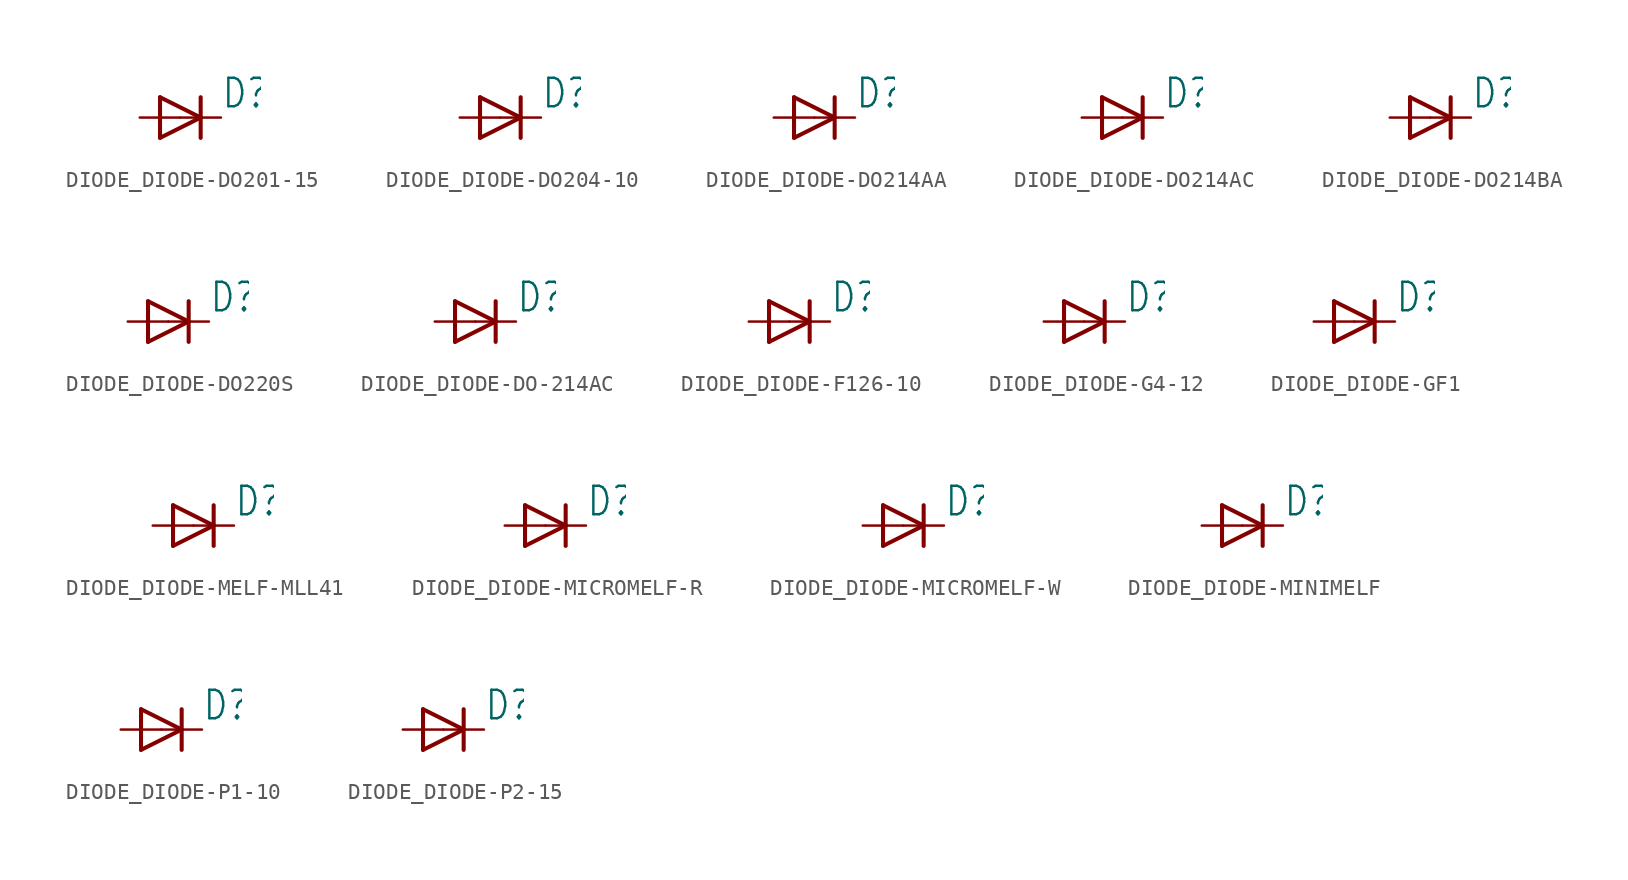
<source format=kicad_sym>
(kicad_symbol_lib
  (version 20231120)
  (generator "kicad_symbol_editor")
  (generator_version "8.0")
  (symbol "DIODE_DIODE-DO201-15"
    (property "Reference" "D"
      (at 2.54 0.483 0)
      (effects (font (size 1.778 1.511)) (justify left bottom)))
    (property "Value" ""
      (at 2.54 -2.311 0)
      (effects (font (size 1.778 1.511)) (justify left bottom)))
    (property "ki_locked" ""
      (at 0 0 0)
      (effects (font (size 1.27 1.27))))
    (symbol "DIODE_DIODE-DO201-15_1_0"
      (polyline (pts (xy -1.27 -1.27) (xy 1.27 0)) (stroke (width 0.254) (type solid)) (fill (type none)))
      (polyline (pts (xy -1.27 1.27) (xy -1.27 -1.27)) (stroke (width 0.254) (type solid)) (fill (type none)))
      (polyline (pts (xy 1.27 0) (xy -1.27 1.27)) (stroke (width 0.254) (type solid)) (fill (type none)))
      (polyline (pts (xy 1.27 0) (xy 1.27 -1.27)) (stroke (width 0.254) (type solid)) (fill (type none)))
      (polyline (pts (xy 1.27 1.27) (xy 1.27 0)) (stroke (width 0.254) (type solid)) (fill (type none)))
      (pin passive line (at -2.54 0 0) (length 2.54) (name "A" (effects (font (size 0 0)))) (number "A" (effects (font (size 0 0)))))
      (pin passive line (at 2.54 0 180) (length 2.54) (name "C" (effects (font (size 0 0)))) (number "C" (effects (font (size 0 0)))))))
  (symbol "DIODE_DIODE-DO204-10"
    (property "Reference" "D"
      (at 2.54 0.483 0)
      (effects (font (size 1.778 1.511)) (justify left bottom)))
    (property "Value" ""
      (at 2.54 -2.311 0)
      (effects (font (size 1.778 1.511)) (justify left bottom)))
    (property "ki_locked" ""
      (at 0 0 0)
      (effects (font (size 1.27 1.27))))
    (symbol "DIODE_DIODE-DO204-10_1_0"
      (polyline (pts (xy -1.27 -1.27) (xy 1.27 0)) (stroke (width 0.254) (type solid)) (fill (type none)))
      (polyline (pts (xy -1.27 1.27) (xy -1.27 -1.27)) (stroke (width 0.254) (type solid)) (fill (type none)))
      (polyline (pts (xy 1.27 0) (xy -1.27 1.27)) (stroke (width 0.254) (type solid)) (fill (type none)))
      (polyline (pts (xy 1.27 0) (xy 1.27 -1.27)) (stroke (width 0.254) (type solid)) (fill (type none)))
      (polyline (pts (xy 1.27 1.27) (xy 1.27 0)) (stroke (width 0.254) (type solid)) (fill (type none)))
      (pin passive line (at -2.54 0 0) (length 2.54) (name "A" (effects (font (size 0 0)))) (number "A" (effects (font (size 0 0)))))
      (pin passive line (at 2.54 0 180) (length 2.54) (name "C" (effects (font (size 0 0)))) (number "C" (effects (font (size 0 0)))))))
  (symbol "DIODE_DIODE-DO214AA"
    (property "Reference" "D"
      (at 2.54 0.483 0)
      (effects (font (size 1.778 1.511)) (justify left bottom)))
    (property "Value" ""
      (at 2.54 -2.311 0)
      (effects (font (size 1.778 1.511)) (justify left bottom)))
    (property "ki_locked" ""
      (at 0 0 0)
      (effects (font (size 1.27 1.27))))
    (symbol "DIODE_DIODE-DO214AA_1_0"
      (polyline (pts (xy -1.27 -1.27) (xy 1.27 0)) (stroke (width 0.254) (type solid)) (fill (type none)))
      (polyline (pts (xy -1.27 1.27) (xy -1.27 -1.27)) (stroke (width 0.254) (type solid)) (fill (type none)))
      (polyline (pts (xy 1.27 0) (xy -1.27 1.27)) (stroke (width 0.254) (type solid)) (fill (type none)))
      (polyline (pts (xy 1.27 0) (xy 1.27 -1.27)) (stroke (width 0.254) (type solid)) (fill (type none)))
      (polyline (pts (xy 1.27 1.27) (xy 1.27 0)) (stroke (width 0.254) (type solid)) (fill (type none)))
      (pin passive line (at -2.54 0 0) (length 2.54) (name "A" (effects (font (size 0 0)))) (number "A" (effects (font (size 0 0)))))
      (pin passive line (at 2.54 0 180) (length 2.54) (name "C" (effects (font (size 0 0)))) (number "C" (effects (font (size 0 0)))))))
  (symbol "DIODE_DIODE-DO214AC"
    (property "Reference" "D"
      (at 2.54 0.483 0)
      (effects (font (size 1.778 1.511)) (justify left bottom)))
    (property "Value" ""
      (at 2.54 -2.311 0)
      (effects (font (size 1.778 1.511)) (justify left bottom)))
    (property "ki_locked" ""
      (at 0 0 0)
      (effects (font (size 1.27 1.27))))
    (symbol "DIODE_DIODE-DO214AC_1_0"
      (polyline (pts (xy -1.27 -1.27) (xy 1.27 0)) (stroke (width 0.254) (type solid)) (fill (type none)))
      (polyline (pts (xy -1.27 1.27) (xy -1.27 -1.27)) (stroke (width 0.254) (type solid)) (fill (type none)))
      (polyline (pts (xy 1.27 0) (xy -1.27 1.27)) (stroke (width 0.254) (type solid)) (fill (type none)))
      (polyline (pts (xy 1.27 0) (xy 1.27 -1.27)) (stroke (width 0.254) (type solid)) (fill (type none)))
      (polyline (pts (xy 1.27 1.27) (xy 1.27 0)) (stroke (width 0.254) (type solid)) (fill (type none)))
      (pin passive line (at -2.54 0 0) (length 2.54) (name "A" (effects (font (size 0 0)))) (number "A" (effects (font (size 0 0)))))
      (pin passive line (at 2.54 0 180) (length 2.54) (name "C" (effects (font (size 0 0)))) (number "C" (effects (font (size 0 0)))))))
  (symbol "DIODE_DIODE-DO214BA"
    (property "Reference" "D"
      (at 2.54 0.483 0)
      (effects (font (size 1.778 1.511)) (justify left bottom)))
    (property "Value" ""
      (at 2.54 -2.311 0)
      (effects (font (size 1.778 1.511)) (justify left bottom)))
    (property "ki_locked" ""
      (at 0 0 0)
      (effects (font (size 1.27 1.27))))
    (symbol "DIODE_DIODE-DO214BA_1_0"
      (polyline (pts (xy -1.27 -1.27) (xy 1.27 0)) (stroke (width 0.254) (type solid)) (fill (type none)))
      (polyline (pts (xy -1.27 1.27) (xy -1.27 -1.27)) (stroke (width 0.254) (type solid)) (fill (type none)))
      (polyline (pts (xy 1.27 0) (xy -1.27 1.27)) (stroke (width 0.254) (type solid)) (fill (type none)))
      (polyline (pts (xy 1.27 0) (xy 1.27 -1.27)) (stroke (width 0.254) (type solid)) (fill (type none)))
      (polyline (pts (xy 1.27 1.27) (xy 1.27 0)) (stroke (width 0.254) (type solid)) (fill (type none)))
      (pin passive line (at -2.54 0 0) (length 2.54) (name "A" (effects (font (size 0 0)))) (number "A" (effects (font (size 0 0)))))
      (pin passive line (at 2.54 0 180) (length 2.54) (name "C" (effects (font (size 0 0)))) (number "C" (effects (font (size 0 0)))))))
  (symbol "DIODE_DIODE-DO220S"
    (property "Reference" "D"
      (at 2.54 0.483 0)
      (effects (font (size 1.778 1.511)) (justify left bottom)))
    (property "Value" ""
      (at 2.54 -2.311 0)
      (effects (font (size 1.778 1.511)) (justify left bottom)))
    (property "ki_locked" ""
      (at 0 0 0)
      (effects (font (size 1.27 1.27))))
    (symbol "DIODE_DIODE-DO220S_1_0"
      (polyline (pts (xy -1.27 -1.27) (xy 1.27 0)) (stroke (width 0.254) (type solid)) (fill (type none)))
      (polyline (pts (xy -1.27 1.27) (xy -1.27 -1.27)) (stroke (width 0.254) (type solid)) (fill (type none)))
      (polyline (pts (xy 1.27 0) (xy -1.27 1.27)) (stroke (width 0.254) (type solid)) (fill (type none)))
      (polyline (pts (xy 1.27 0) (xy 1.27 -1.27)) (stroke (width 0.254) (type solid)) (fill (type none)))
      (polyline (pts (xy 1.27 1.27) (xy 1.27 0)) (stroke (width 0.254) (type solid)) (fill (type none)))
      (pin passive line (at -2.54 0 0) (length 2.54) (name "A" (effects (font (size 0 0)))) (number "A" (effects (font (size 0 0)))))
      (pin passive line (at 2.54 0 180) (length 2.54) (name "C" (effects (font (size 0 0)))) (number "C" (effects (font (size 0 0)))))))
  (symbol "DIODE_DIODE-DO-214AC"
    (property "Reference" "D"
      (at 2.54 0.483 0)
      (effects (font (size 1.778 1.511)) (justify left bottom)))
    (property "Value" ""
      (at 2.54 -2.311 0)
      (effects (font (size 1.778 1.511)) (justify left bottom)))
    (property "ki_locked" ""
      (at 0 0 0)
      (effects (font (size 1.27 1.27))))
    (symbol "DIODE_DIODE-DO-214AC_1_0"
      (polyline (pts (xy -1.27 -1.27) (xy 1.27 0)) (stroke (width 0.254) (type solid)) (fill (type none)))
      (polyline (pts (xy -1.27 1.27) (xy -1.27 -1.27)) (stroke (width 0.254) (type solid)) (fill (type none)))
      (polyline (pts (xy 1.27 0) (xy -1.27 1.27)) (stroke (width 0.254) (type solid)) (fill (type none)))
      (polyline (pts (xy 1.27 0) (xy 1.27 -1.27)) (stroke (width 0.254) (type solid)) (fill (type none)))
      (polyline (pts (xy 1.27 1.27) (xy 1.27 0)) (stroke (width 0.254) (type solid)) (fill (type none)))
      (pin passive line (at -2.54 0 0) (length 2.54) (name "A" (effects (font (size 0 0)))) (number "A" (effects (font (size 0 0)))))
      (pin passive line (at 2.54 0 180) (length 2.54) (name "C" (effects (font (size 0 0)))) (number "C" (effects (font (size 0 0)))))))
  (symbol "DIODE_DIODE-F126-10"
    (property "Reference" "D"
      (at 2.54 0.483 0)
      (effects (font (size 1.778 1.511)) (justify left bottom)))
    (property "Value" ""
      (at 2.54 -2.311 0)
      (effects (font (size 1.778 1.511)) (justify left bottom)))
    (property "ki_locked" ""
      (at 0 0 0)
      (effects (font (size 1.27 1.27))))
    (symbol "DIODE_DIODE-F126-10_1_0"
      (polyline (pts (xy -1.27 -1.27) (xy 1.27 0)) (stroke (width 0.254) (type solid)) (fill (type none)))
      (polyline (pts (xy -1.27 1.27) (xy -1.27 -1.27)) (stroke (width 0.254) (type solid)) (fill (type none)))
      (polyline (pts (xy 1.27 0) (xy -1.27 1.27)) (stroke (width 0.254) (type solid)) (fill (type none)))
      (polyline (pts (xy 1.27 0) (xy 1.27 -1.27)) (stroke (width 0.254) (type solid)) (fill (type none)))
      (polyline (pts (xy 1.27 1.27) (xy 1.27 0)) (stroke (width 0.254) (type solid)) (fill (type none)))
      (pin passive line (at -2.54 0 0) (length 2.54) (name "A" (effects (font (size 0 0)))) (number "A" (effects (font (size 0 0)))))
      (pin passive line (at 2.54 0 180) (length 2.54) (name "C" (effects (font (size 0 0)))) (number "C" (effects (font (size 0 0)))))))
  (symbol "DIODE_DIODE-G4-12"
    (property "Reference" "D"
      (at 2.54 0.483 0)
      (effects (font (size 1.778 1.511)) (justify left bottom)))
    (property "Value" ""
      (at 2.54 -2.311 0)
      (effects (font (size 1.778 1.511)) (justify left bottom)))
    (property "ki_locked" ""
      (at 0 0 0)
      (effects (font (size 1.27 1.27))))
    (symbol "DIODE_DIODE-G4-12_1_0"
      (polyline (pts (xy -1.27 -1.27) (xy 1.27 0)) (stroke (width 0.254) (type solid)) (fill (type none)))
      (polyline (pts (xy -1.27 1.27) (xy -1.27 -1.27)) (stroke (width 0.254) (type solid)) (fill (type none)))
      (polyline (pts (xy 1.27 0) (xy -1.27 1.27)) (stroke (width 0.254) (type solid)) (fill (type none)))
      (polyline (pts (xy 1.27 0) (xy 1.27 -1.27)) (stroke (width 0.254) (type solid)) (fill (type none)))
      (polyline (pts (xy 1.27 1.27) (xy 1.27 0)) (stroke (width 0.254) (type solid)) (fill (type none)))
      (pin passive line (at -2.54 0 0) (length 2.54) (name "A" (effects (font (size 0 0)))) (number "A" (effects (font (size 0 0)))))
      (pin passive line (at 2.54 0 180) (length 2.54) (name "C" (effects (font (size 0 0)))) (number "C" (effects (font (size 0 0)))))))
  (symbol "DIODE_DIODE-GF1"
    (property "Reference" "D"
      (at 2.54 0.483 0)
      (effects (font (size 1.778 1.511)) (justify left bottom)))
    (property "Value" ""
      (at 2.54 -2.311 0)
      (effects (font (size 1.778 1.511)) (justify left bottom)))
    (property "ki_locked" ""
      (at 0 0 0)
      (effects (font (size 1.27 1.27))))
    (symbol "DIODE_DIODE-GF1_1_0"
      (polyline (pts (xy -1.27 -1.27) (xy 1.27 0)) (stroke (width 0.254) (type solid)) (fill (type none)))
      (polyline (pts (xy -1.27 1.27) (xy -1.27 -1.27)) (stroke (width 0.254) (type solid)) (fill (type none)))
      (polyline (pts (xy 1.27 0) (xy -1.27 1.27)) (stroke (width 0.254) (type solid)) (fill (type none)))
      (polyline (pts (xy 1.27 0) (xy 1.27 -1.27)) (stroke (width 0.254) (type solid)) (fill (type none)))
      (polyline (pts (xy 1.27 1.27) (xy 1.27 0)) (stroke (width 0.254) (type solid)) (fill (type none)))
      (pin passive line (at -2.54 0 0) (length 2.54) (name "A" (effects (font (size 0 0)))) (number "A" (effects (font (size 0 0)))))
      (pin passive line (at 2.54 0 180) (length 2.54) (name "C" (effects (font (size 0 0)))) (number "C" (effects (font (size 0 0)))))))
  (symbol "DIODE_DIODE-MELF-MLL41"
    (property "Reference" "D"
      (at 2.54 0.483 0)
      (effects (font (size 1.778 1.511)) (justify left bottom)))
    (property "Value" ""
      (at 2.54 -2.311 0)
      (effects (font (size 1.778 1.511)) (justify left bottom)))
    (property "ki_locked" ""
      (at 0 0 0)
      (effects (font (size 1.27 1.27))))
    (symbol "DIODE_DIODE-MELF-MLL41_1_0"
      (polyline (pts (xy -1.27 -1.27) (xy 1.27 0)) (stroke (width 0.254) (type solid)) (fill (type none)))
      (polyline (pts (xy -1.27 1.27) (xy -1.27 -1.27)) (stroke (width 0.254) (type solid)) (fill (type none)))
      (polyline (pts (xy 1.27 0) (xy -1.27 1.27)) (stroke (width 0.254) (type solid)) (fill (type none)))
      (polyline (pts (xy 1.27 0) (xy 1.27 -1.27)) (stroke (width 0.254) (type solid)) (fill (type none)))
      (polyline (pts (xy 1.27 1.27) (xy 1.27 0)) (stroke (width 0.254) (type solid)) (fill (type none)))
      (pin passive line (at -2.54 0 0) (length 2.54) (name "A" (effects (font (size 0 0)))) (number "A" (effects (font (size 0 0)))))
      (pin passive line (at 2.54 0 180) (length 2.54) (name "C" (effects (font (size 0 0)))) (number "C" (effects (font (size 0 0)))))))
  (symbol "DIODE_DIODE-MICROMELF-R"
    (property "Reference" "D"
      (at 2.54 0.483 0)
      (effects (font (size 1.778 1.511)) (justify left bottom)))
    (property "Value" ""
      (at 2.54 -2.311 0)
      (effects (font (size 1.778 1.511)) (justify left bottom)))
    (property "ki_locked" ""
      (at 0 0 0)
      (effects (font (size 1.27 1.27))))
    (symbol "DIODE_DIODE-MICROMELF-R_1_0"
      (polyline (pts (xy -1.27 -1.27) (xy 1.27 0)) (stroke (width 0.254) (type solid)) (fill (type none)))
      (polyline (pts (xy -1.27 1.27) (xy -1.27 -1.27)) (stroke (width 0.254) (type solid)) (fill (type none)))
      (polyline (pts (xy 1.27 0) (xy -1.27 1.27)) (stroke (width 0.254) (type solid)) (fill (type none)))
      (polyline (pts (xy 1.27 0) (xy 1.27 -1.27)) (stroke (width 0.254) (type solid)) (fill (type none)))
      (polyline (pts (xy 1.27 1.27) (xy 1.27 0)) (stroke (width 0.254) (type solid)) (fill (type none)))
      (pin passive line (at -2.54 0 0) (length 2.54) (name "A" (effects (font (size 0 0)))) (number "A" (effects (font (size 0 0)))))
      (pin passive line (at 2.54 0 180) (length 2.54) (name "C" (effects (font (size 0 0)))) (number "C" (effects (font (size 0 0)))))))
  (symbol "DIODE_DIODE-MICROMELF-W"
    (property "Reference" "D"
      (at 2.54 0.483 0)
      (effects (font (size 1.778 1.511)) (justify left bottom)))
    (property "Value" ""
      (at 2.54 -2.311 0)
      (effects (font (size 1.778 1.511)) (justify left bottom)))
    (property "ki_locked" ""
      (at 0 0 0)
      (effects (font (size 1.27 1.27))))
    (symbol "DIODE_DIODE-MICROMELF-W_1_0"
      (polyline (pts (xy -1.27 -1.27) (xy 1.27 0)) (stroke (width 0.254) (type solid)) (fill (type none)))
      (polyline (pts (xy -1.27 1.27) (xy -1.27 -1.27)) (stroke (width 0.254) (type solid)) (fill (type none)))
      (polyline (pts (xy 1.27 0) (xy -1.27 1.27)) (stroke (width 0.254) (type solid)) (fill (type none)))
      (polyline (pts (xy 1.27 0) (xy 1.27 -1.27)) (stroke (width 0.254) (type solid)) (fill (type none)))
      (polyline (pts (xy 1.27 1.27) (xy 1.27 0)) (stroke (width 0.254) (type solid)) (fill (type none)))
      (pin passive line (at -2.54 0 0) (length 2.54) (name "A" (effects (font (size 0 0)))) (number "A" (effects (font (size 0 0)))))
      (pin passive line (at 2.54 0 180) (length 2.54) (name "C" (effects (font (size 0 0)))) (number "C" (effects (font (size 0 0)))))))
  (symbol "DIODE_DIODE-MINIMELF"
    (property "Reference" "D"
      (at 2.54 0.483 0)
      (effects (font (size 1.778 1.511)) (justify left bottom)))
    (property "Value" ""
      (at 2.54 -2.311 0)
      (effects (font (size 1.778 1.511)) (justify left bottom)))
    (property "ki_locked" ""
      (at 0 0 0)
      (effects (font (size 1.27 1.27))))
    (symbol "DIODE_DIODE-MINIMELF_1_0"
      (polyline (pts (xy -1.27 -1.27) (xy 1.27 0)) (stroke (width 0.254) (type solid)) (fill (type none)))
      (polyline (pts (xy -1.27 1.27) (xy -1.27 -1.27)) (stroke (width 0.254) (type solid)) (fill (type none)))
      (polyline (pts (xy 1.27 0) (xy -1.27 1.27)) (stroke (width 0.254) (type solid)) (fill (type none)))
      (polyline (pts (xy 1.27 0) (xy 1.27 -1.27)) (stroke (width 0.254) (type solid)) (fill (type none)))
      (polyline (pts (xy 1.27 1.27) (xy 1.27 0)) (stroke (width 0.254) (type solid)) (fill (type none)))
      (pin passive line (at -2.54 0 0) (length 2.54) (name "A" (effects (font (size 0 0)))) (number "A" (effects (font (size 0 0)))))
      (pin passive line (at 2.54 0 180) (length 2.54) (name "C" (effects (font (size 0 0)))) (number "C" (effects (font (size 0 0)))))))
  (symbol "DIODE_DIODE-P1-10"
    (property "Reference" "D"
      (at 2.54 0.483 0)
      (effects (font (size 1.778 1.511)) (justify left bottom)))
    (property "Value" ""
      (at 2.54 -2.311 0)
      (effects (font (size 1.778 1.511)) (justify left bottom)))
    (property "ki_locked" ""
      (at 0 0 0)
      (effects (font (size 1.27 1.27))))
    (symbol "DIODE_DIODE-P1-10_1_0"
      (polyline (pts (xy -1.27 -1.27) (xy 1.27 0)) (stroke (width 0.254) (type solid)) (fill (type none)))
      (polyline (pts (xy -1.27 1.27) (xy -1.27 -1.27)) (stroke (width 0.254) (type solid)) (fill (type none)))
      (polyline (pts (xy 1.27 0) (xy -1.27 1.27)) (stroke (width 0.254) (type solid)) (fill (type none)))
      (polyline (pts (xy 1.27 0) (xy 1.27 -1.27)) (stroke (width 0.254) (type solid)) (fill (type none)))
      (polyline (pts (xy 1.27 1.27) (xy 1.27 0)) (stroke (width 0.254) (type solid)) (fill (type none)))
      (pin passive line (at -2.54 0 0) (length 2.54) (name "A" (effects (font (size 0 0)))) (number "A" (effects (font (size 0 0)))))
      (pin passive line (at 2.54 0 180) (length 2.54) (name "C" (effects (font (size 0 0)))) (number "C" (effects (font (size 0 0)))))))
  (symbol "DIODE_DIODE-P2-15"
    (property "Reference" "D"
      (at 2.54 0.483 0)
      (effects (font (size 1.778 1.511)) (justify left bottom)))
    (property "Value" ""
      (at 2.54 -2.311 0)
      (effects (font (size 1.778 1.511)) (justify left bottom)))
    (property "ki_locked" ""
      (at 0 0 0)
      (effects (font (size 1.27 1.27))))
    (symbol "DIODE_DIODE-P2-15_1_0"
      (polyline (pts (xy -1.27 -1.27) (xy 1.27 0)) (stroke (width 0.254) (type solid)) (fill (type none)))
      (polyline (pts (xy -1.27 1.27) (xy -1.27 -1.27)) (stroke (width 0.254) (type solid)) (fill (type none)))
      (polyline (pts (xy 1.27 0) (xy -1.27 1.27)) (stroke (width 0.254) (type solid)) (fill (type none)))
      (polyline (pts (xy 1.27 0) (xy 1.27 -1.27)) (stroke (width 0.254) (type solid)) (fill (type none)))
      (polyline (pts (xy 1.27 1.27) (xy 1.27 0)) (stroke (width 0.254) (type solid)) (fill (type none)))
      (pin passive line (at -2.54 0 0) (length 2.54) (name "A" (effects (font (size 0 0)))) (number "A" (effects (font (size 0 0)))))
      (pin passive line (at 2.54 0 180) (length 2.54) (name "C" (effects (font (size 0 0)))) (number "C" (effects (font (size 0 0))))))))
</source>
